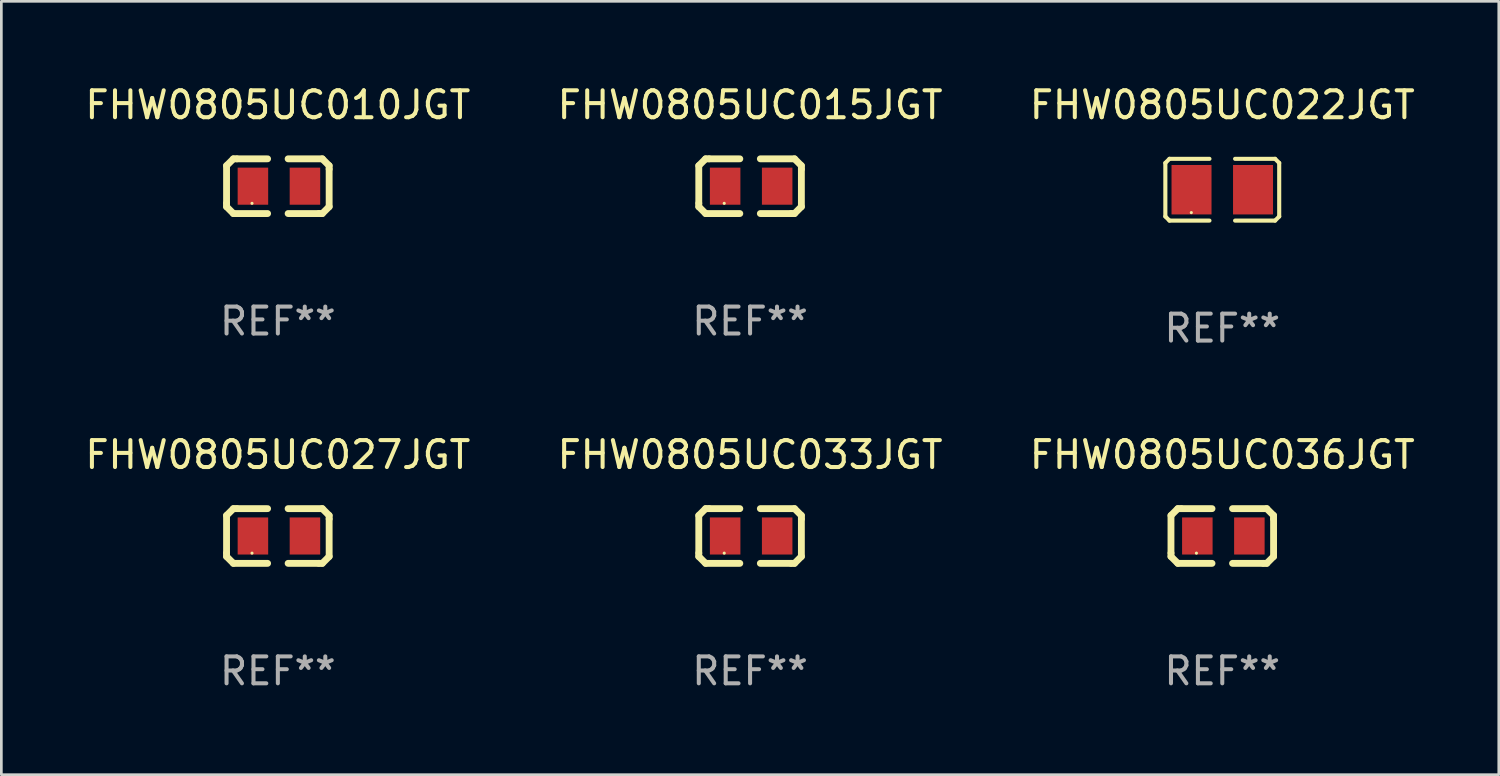
<source format=kicad_pcb>
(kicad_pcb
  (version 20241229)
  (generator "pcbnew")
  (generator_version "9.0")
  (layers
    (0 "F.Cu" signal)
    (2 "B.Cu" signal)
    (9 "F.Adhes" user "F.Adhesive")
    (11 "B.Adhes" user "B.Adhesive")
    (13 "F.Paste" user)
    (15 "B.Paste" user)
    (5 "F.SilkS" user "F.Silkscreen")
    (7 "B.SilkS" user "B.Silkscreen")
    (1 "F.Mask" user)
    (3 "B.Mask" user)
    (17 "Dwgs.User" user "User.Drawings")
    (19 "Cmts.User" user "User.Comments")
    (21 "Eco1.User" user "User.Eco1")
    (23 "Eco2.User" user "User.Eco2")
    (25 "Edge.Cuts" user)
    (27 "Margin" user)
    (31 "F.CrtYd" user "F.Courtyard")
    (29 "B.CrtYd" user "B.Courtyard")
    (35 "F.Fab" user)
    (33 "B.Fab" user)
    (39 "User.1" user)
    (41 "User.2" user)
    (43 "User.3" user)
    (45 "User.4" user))
  (footprint "FHW0805UC010JGT"
    (layer "F.Cu")
    (at 7.268 3.864)
    (property "Reference" "FHW0805UC010JGT" (at 0 -3.016 0) (layer "F.SilkS") (effects (font (size 1 1) (thickness 0.15))))
    (attr through_hole)
    (fp_line (start -1.905 -0.762) (end -1.905 0.635) (stroke (width 0.254) (type solid)) (layer "F.SilkS"))
    (fp_line (start -1.905 0.635) (end -1.905 0.762) (stroke (width 0.254) (type solid)) (layer "F.SilkS"))
    (fp_line (start -1.905 0.762) (end -1.651 1.016) (stroke (width 0.254) (type solid)) (layer "F.SilkS"))
    (fp_line (start -1.651 -1.016) (end -1.905 -0.762) (stroke (width 0.254) (type solid)) (layer "F.SilkS"))
    (fp_line (start -1.651 1.016) (end -0.381 1.016) (stroke (width 0.254) (type solid)) (layer "F.SilkS"))
    (fp_line (start -1.524 -1.016) (end -1.651 -1.016) (stroke (width 0.254) (type solid)) (layer "F.SilkS"))
    (fp_line (start -0.381 -1.016) (end -1.524 -1.016) (stroke (width 0.254) (type solid)) (layer "F.SilkS"))
    (fp_line (start 0.381 1.016) (end 1.524 1.016) (stroke (width 0.254) (type solid)) (layer "F.SilkS"))
    (fp_line (start 1.524 1.016) (end 1.651 1.016) (stroke (width 0.254) (type solid)) (layer "F.SilkS"))
    (fp_line (start 1.651 -1.016) (end 0.381 -1.016) (stroke (width 0.254) (type solid)) (layer "F.SilkS"))
    (fp_line (start 1.651 1.016) (end 1.905 0.762) (stroke (width 0.254) (type solid)) (layer "F.SilkS"))
    (fp_line (start 1.905 -0.762) (end 1.651 -1.016) (stroke (width 0.254) (type solid)) (layer "F.SilkS"))
    (fp_line (start 1.905 -0.635) (end 1.905 -0.762) (stroke (width 0.254) (type solid)) (layer "F.SilkS"))
    (fp_line (start 1.905 0.762) (end 1.905 -0.635) (stroke (width 0.254) (type solid)) (layer "F.SilkS"))
    (fp_circle (center -0.96 0.637) (end -0.93 0.637) (stroke (width 0.06) (type solid)) (fill no) (layer "F.SilkS"))
    (fp_text user "REF**" (at 0 5.016 0) (layer "F.Fab") (effects (font (size 1 1) (thickness 0.15))))
    (pad "1" smd rect (at -0.926 -0.000051) (size 1.133 1.377) (layers "F.Cu" "F.Mask" "F.Paste"))
    (pad "2" smd rect (at 1.006 -0.000051) (size 1.133 1.377) (layers "F.Cu" "F.Mask" "F.Paste")))
  (footprint "FHW0805UC027JGT"
    (layer "F.Cu")
    (at 7.268 16.854)
    (property "Reference" "FHW0805UC027JGT" (at 0 -3.016 0) (layer "F.SilkS") (effects (font (size 1 1) (thickness 0.15))))
    (attr through_hole)
    (fp_line (start -1.905 -0.762) (end -1.905 0.635) (stroke (width 0.254) (type solid)) (layer "F.SilkS"))
    (fp_line (start -1.905 0.635) (end -1.905 0.762) (stroke (width 0.254) (type solid)) (layer "F.SilkS"))
    (fp_line (start -1.905 0.762) (end -1.651 1.016) (stroke (width 0.254) (type solid)) (layer "F.SilkS"))
    (fp_line (start -1.651 -1.016) (end -1.905 -0.762) (stroke (width 0.254) (type solid)) (layer "F.SilkS"))
    (fp_line (start -1.651 1.016) (end -0.381 1.016) (stroke (width 0.254) (type solid)) (layer "F.SilkS"))
    (fp_line (start -1.524 -1.016) (end -1.651 -1.016) (stroke (width 0.254) (type solid)) (layer "F.SilkS"))
    (fp_line (start -0.381 -1.016) (end -1.524 -1.016) (stroke (width 0.254) (type solid)) (layer "F.SilkS"))
    (fp_line (start 0.381 1.016) (end 1.524 1.016) (stroke (width 0.254) (type solid)) (layer "F.SilkS"))
    (fp_line (start 1.524 1.016) (end 1.651 1.016) (stroke (width 0.254) (type solid)) (layer "F.SilkS"))
    (fp_line (start 1.651 -1.016) (end 0.381 -1.016) (stroke (width 0.254) (type solid)) (layer "F.SilkS"))
    (fp_line (start 1.651 1.016) (end 1.905 0.762) (stroke (width 0.254) (type solid)) (layer "F.SilkS"))
    (fp_line (start 1.905 -0.762) (end 1.651 -1.016) (stroke (width 0.254) (type solid)) (layer "F.SilkS"))
    (fp_line (start 1.905 -0.635) (end 1.905 -0.762) (stroke (width 0.254) (type solid)) (layer "F.SilkS"))
    (fp_line (start 1.905 0.762) (end 1.905 -0.635) (stroke (width 0.254) (type solid)) (layer "F.SilkS"))
    (fp_circle (center -0.96 0.637) (end -0.93 0.637) (stroke (width 0.06) (type solid)) (fill no) (layer "F.SilkS"))
    (fp_text user "REF**" (at 0 5.016 0) (layer "F.Fab") (effects (font (size 1 1) (thickness 0.15))))
    (pad "1" smd rect (at -0.926 -0.000051) (size 1.133 1.377) (layers "F.Cu" "F.Mask" "F.Paste"))
    (pad "2" smd rect (at 1.006 -0.000051) (size 1.133 1.377) (layers "F.Cu" "F.Mask" "F.Paste")))
  (footprint "FHW0805UC036JGT"
    (layer "F.Cu")
    (at 42.339 16.854)
    (property "Reference" "FHW0805UC036JGT" (at 0 -3.016 0) (layer "F.SilkS") (effects (font (size 1 1) (thickness 0.15))))
    (attr through_hole)
    (fp_line (start -1.905 -0.762) (end -1.905 0.635) (stroke (width 0.254) (type solid)) (layer "F.SilkS"))
    (fp_line (start -1.905 0.635) (end -1.905 0.762) (stroke (width 0.254) (type solid)) (layer "F.SilkS"))
    (fp_line (start -1.905 0.762) (end -1.651 1.016) (stroke (width 0.254) (type solid)) (layer "F.SilkS"))
    (fp_line (start -1.651 -1.016) (end -1.905 -0.762) (stroke (width 0.254) (type solid)) (layer "F.SilkS"))
    (fp_line (start -1.651 1.016) (end -0.381 1.016) (stroke (width 0.254) (type solid)) (layer "F.SilkS"))
    (fp_line (start -1.524 -1.016) (end -1.651 -1.016) (stroke (width 0.254) (type solid)) (layer "F.SilkS"))
    (fp_line (start -0.381 -1.016) (end -1.524 -1.016) (stroke (width 0.254) (type solid)) (layer "F.SilkS"))
    (fp_line (start 0.381 1.016) (end 1.524 1.016) (stroke (width 0.254) (type solid)) (layer "F.SilkS"))
    (fp_line (start 1.524 1.016) (end 1.651 1.016) (stroke (width 0.254) (type solid)) (layer "F.SilkS"))
    (fp_line (start 1.651 -1.016) (end 0.381 -1.016) (stroke (width 0.254) (type solid)) (layer "F.SilkS"))
    (fp_line (start 1.651 1.016) (end 1.905 0.762) (stroke (width 0.254) (type solid)) (layer "F.SilkS"))
    (fp_line (start 1.905 -0.762) (end 1.651 -1.016) (stroke (width 0.254) (type solid)) (layer "F.SilkS"))
    (fp_line (start 1.905 -0.635) (end 1.905 -0.762) (stroke (width 0.254) (type solid)) (layer "F.SilkS"))
    (fp_line (start 1.905 0.762) (end 1.905 -0.635) (stroke (width 0.254) (type solid)) (layer "F.SilkS"))
    (fp_circle (center -0.96 0.637) (end -0.93 0.637) (stroke (width 0.06) (type solid)) (fill no) (layer "F.SilkS"))
    (fp_text user "REF**" (at 0 5.016 0) (layer "F.Fab") (effects (font (size 1 1) (thickness 0.15))))
    (pad "1" smd rect (at -0.926 -0.000051) (size 1.133 1.377) (layers "F.Cu" "F.Mask" "F.Paste"))
    (pad "2" smd rect (at 1.006 -0.000051) (size 1.133 1.377) (layers "F.Cu" "F.Mask" "F.Paste")))
  (footprint "FHW0805UC022JGT"
    (layer "F.Cu")
    (at 42.339 3.995)
    (property "Reference" "FHW0805UC022JGT" (at 0 -3.147 0) (layer "F.SilkS") (effects (font (size 1 1) (thickness 0.15))))
    (attr through_hole)
    (fp_line (start -2.114 -0.994) (end -2.114 0.994) (stroke (width 0.152) (type solid)) (layer "F.SilkS"))
    (fp_line (start -2.114 0.994) (end -1.961 1.147) (stroke (width 0.152) (type solid)) (layer "F.SilkS"))
    (fp_line (start -1.961 -1.147) (end -2.114 -0.994) (stroke (width 0.152) (type solid)) (layer "F.SilkS"))
    (fp_line (start -1.961 1.147) (end -0.476 1.147) (stroke (width 0.152) (type solid)) (layer "F.SilkS"))
    (fp_line (start -0.476 -1.147) (end -1.961 -1.147) (stroke (width 0.152) (type solid)) (layer "F.SilkS"))
    (fp_line (start 0.476 -1.147) (end 1.961 -1.147) (stroke (width 0.152) (type solid)) (layer "F.SilkS"))
    (fp_line (start 1.961 -1.147) (end 2.114 -0.994) (stroke (width 0.152) (type solid)) (layer "F.SilkS"))
    (fp_line (start 1.961 1.147) (end 0.476 1.147) (stroke (width 0.152) (type solid)) (layer "F.SilkS"))
    (fp_line (start 2.114 -0.994) (end 2.114 0.994) (stroke (width 0.152) (type solid)) (layer "F.SilkS"))
    (fp_line (start 2.114 0.994) (end 1.961 1.147) (stroke (width 0.152) (type solid)) (layer "F.SilkS"))
    (fp_circle (center -1.15 0.85) (end -1.12 0.85) (stroke (width 0.06) (type solid)) (fill no) (layer "F.SilkS"))
    (fp_text user "REF**" (at 0 5.147 0) (layer "F.Fab") (effects (font (size 1 1) (thickness 0.15))))
    (pad "1" smd rect (at -1.142 0) (size 1.485 1.836) (layers "F.Cu" "F.Mask" "F.Paste"))
    (pad "2" smd rect (at 1.142 0) (size 1.485 1.836) (layers "F.Cu" "F.Mask" "F.Paste")))
  (footprint "FHW0805UC033JGT"
    (layer "F.Cu")
    (at 24.804 16.854)
    (property "Reference" "FHW0805UC033JGT" (at 0 -3.016 0) (layer "F.SilkS") (effects (font (size 1 1) (thickness 0.15))))
    (attr through_hole)
    (fp_line (start -1.905 -0.762) (end -1.905 0.635) (stroke (width 0.254) (type solid)) (layer "F.SilkS"))
    (fp_line (start -1.905 0.635) (end -1.905 0.762) (stroke (width 0.254) (type solid)) (layer "F.SilkS"))
    (fp_line (start -1.905 0.762) (end -1.651 1.016) (stroke (width 0.254) (type solid)) (layer "F.SilkS"))
    (fp_line (start -1.651 -1.016) (end -1.905 -0.762) (stroke (width 0.254) (type solid)) (layer "F.SilkS"))
    (fp_line (start -1.651 1.016) (end -0.381 1.016) (stroke (width 0.254) (type solid)) (layer "F.SilkS"))
    (fp_line (start -1.524 -1.016) (end -1.651 -1.016) (stroke (width 0.254) (type solid)) (layer "F.SilkS"))
    (fp_line (start -0.381 -1.016) (end -1.524 -1.016) (stroke (width 0.254) (type solid)) (layer "F.SilkS"))
    (fp_line (start 0.381 1.016) (end 1.524 1.016) (stroke (width 0.254) (type solid)) (layer "F.SilkS"))
    (fp_line (start 1.524 1.016) (end 1.651 1.016) (stroke (width 0.254) (type solid)) (layer "F.SilkS"))
    (fp_line (start 1.651 -1.016) (end 0.381 -1.016) (stroke (width 0.254) (type solid)) (layer "F.SilkS"))
    (fp_line (start 1.651 1.016) (end 1.905 0.762) (stroke (width 0.254) (type solid)) (layer "F.SilkS"))
    (fp_line (start 1.905 -0.762) (end 1.651 -1.016) (stroke (width 0.254) (type solid)) (layer "F.SilkS"))
    (fp_line (start 1.905 -0.635) (end 1.905 -0.762) (stroke (width 0.254) (type solid)) (layer "F.SilkS"))
    (fp_line (start 1.905 0.762) (end 1.905 -0.635) (stroke (width 0.254) (type solid)) (layer "F.SilkS"))
    (fp_circle (center -0.96 0.637) (end -0.93 0.637) (stroke (width 0.06) (type solid)) (fill no) (layer "F.SilkS"))
    (fp_text user "REF**" (at 0 5.016 0) (layer "F.Fab") (effects (font (size 1 1) (thickness 0.15))))
    (pad "1" smd rect (at -0.926 -0.000051) (size 1.133 1.377) (layers "F.Cu" "F.Mask" "F.Paste"))
    (pad "2" smd rect (at 1.006 -0.000051) (size 1.133 1.377) (layers "F.Cu" "F.Mask" "F.Paste")))
  (footprint "FHW0805UC015JGT"
    (layer "F.Cu")
    (at 24.804 3.864)
    (property "Reference" "FHW0805UC015JGT" (at 0 -3.016 0) (layer "F.SilkS") (effects (font (size 1 1) (thickness 0.15))))
    (attr through_hole)
    (fp_line (start -1.905 -0.762) (end -1.905 0.635) (stroke (width 0.254) (type solid)) (layer "F.SilkS"))
    (fp_line (start -1.905 0.635) (end -1.905 0.762) (stroke (width 0.254) (type solid)) (layer "F.SilkS"))
    (fp_line (start -1.905 0.762) (end -1.651 1.016) (stroke (width 0.254) (type solid)) (layer "F.SilkS"))
    (fp_line (start -1.651 -1.016) (end -1.905 -0.762) (stroke (width 0.254) (type solid)) (layer "F.SilkS"))
    (fp_line (start -1.651 1.016) (end -0.381 1.016) (stroke (width 0.254) (type solid)) (layer "F.SilkS"))
    (fp_line (start -1.524 -1.016) (end -1.651 -1.016) (stroke (width 0.254) (type solid)) (layer "F.SilkS"))
    (fp_line (start -0.381 -1.016) (end -1.524 -1.016) (stroke (width 0.254) (type solid)) (layer "F.SilkS"))
    (fp_line (start 0.381 1.016) (end 1.524 1.016) (stroke (width 0.254) (type solid)) (layer "F.SilkS"))
    (fp_line (start 1.524 1.016) (end 1.651 1.016) (stroke (width 0.254) (type solid)) (layer "F.SilkS"))
    (fp_line (start 1.651 -1.016) (end 0.381 -1.016) (stroke (width 0.254) (type solid)) (layer "F.SilkS"))
    (fp_line (start 1.651 1.016) (end 1.905 0.762) (stroke (width 0.254) (type solid)) (layer "F.SilkS"))
    (fp_line (start 1.905 -0.762) (end 1.651 -1.016) (stroke (width 0.254) (type solid)) (layer "F.SilkS"))
    (fp_line (start 1.905 -0.635) (end 1.905 -0.762) (stroke (width 0.254) (type solid)) (layer "F.SilkS"))
    (fp_line (start 1.905 0.762) (end 1.905 -0.635) (stroke (width 0.254) (type solid)) (layer "F.SilkS"))
    (fp_circle (center -0.96 0.637) (end -0.93 0.637) (stroke (width 0.06) (type solid)) (fill no) (layer "F.SilkS"))
    (fp_text user "REF**" (at 0 5.016 0) (layer "F.Fab") (effects (font (size 1 1) (thickness 0.15))))
    (pad "1" smd rect (at -0.926 -0.000051) (size 1.133 1.377) (layers "F.Cu" "F.Mask" "F.Paste"))
    (pad "2" smd rect (at 1.006 -0.000051) (size 1.133 1.377) (layers "F.Cu" "F.Mask" "F.Paste")))
  (gr_rect
    (start -3 -3)
    (end 52.607 25.718)
    (stroke (width 0.1) (type default))
    (fill no)
    (layer "Edge.Cuts")))
</source>
